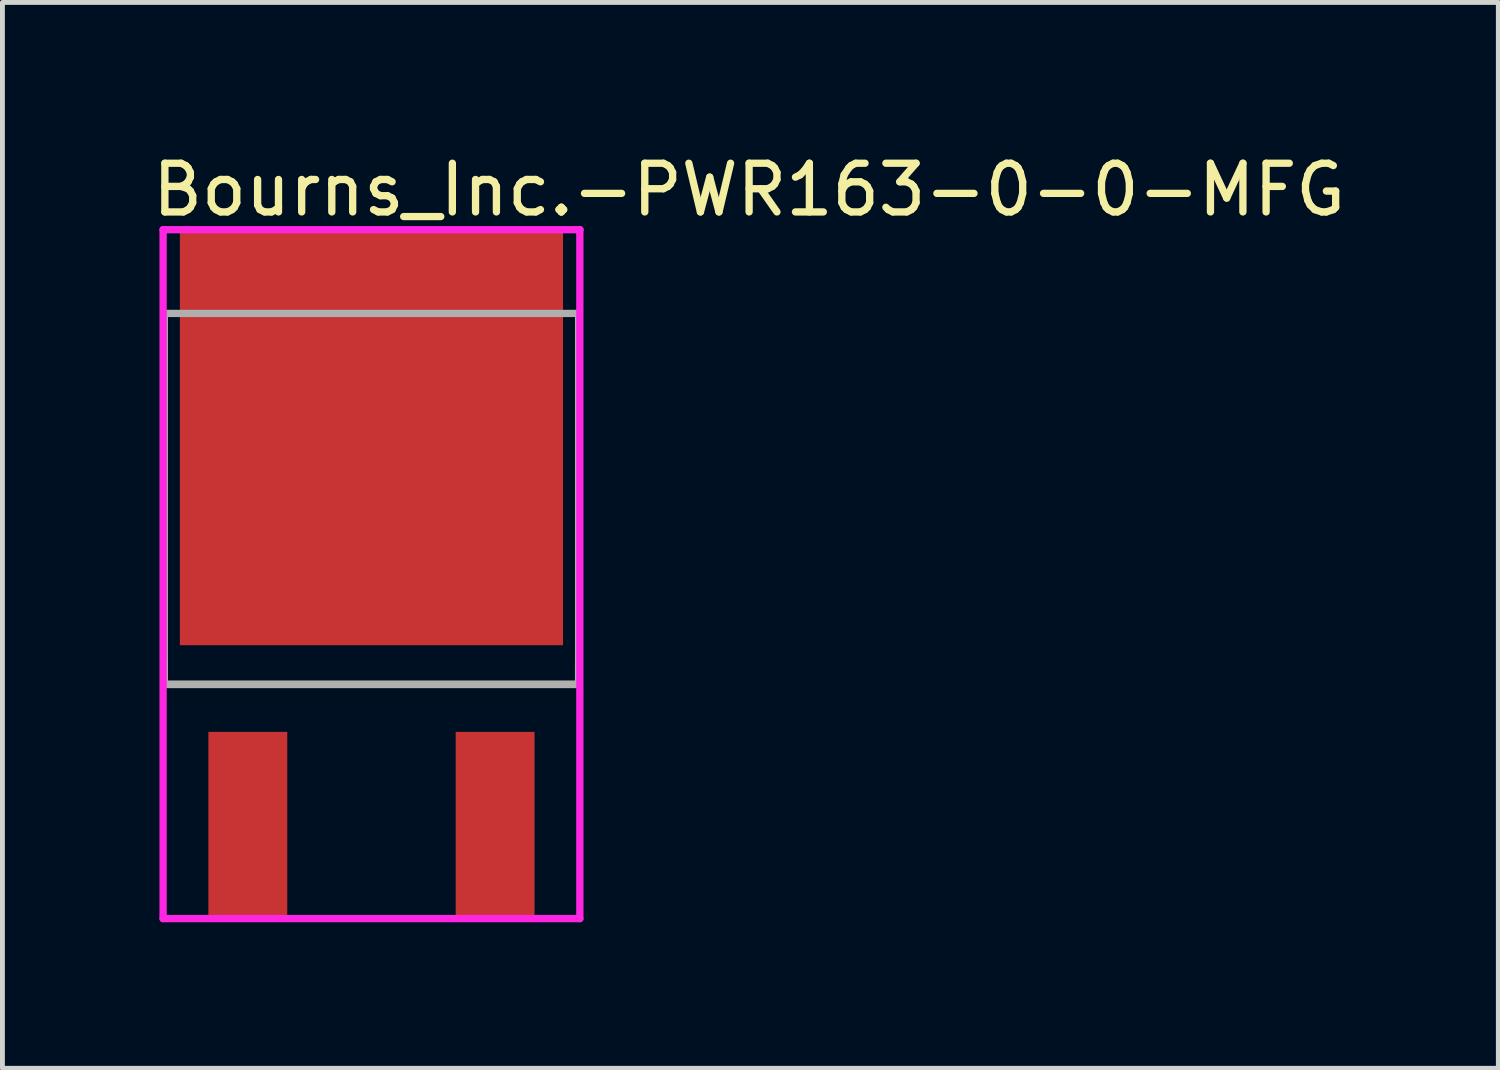
<source format=kicad_pcb>
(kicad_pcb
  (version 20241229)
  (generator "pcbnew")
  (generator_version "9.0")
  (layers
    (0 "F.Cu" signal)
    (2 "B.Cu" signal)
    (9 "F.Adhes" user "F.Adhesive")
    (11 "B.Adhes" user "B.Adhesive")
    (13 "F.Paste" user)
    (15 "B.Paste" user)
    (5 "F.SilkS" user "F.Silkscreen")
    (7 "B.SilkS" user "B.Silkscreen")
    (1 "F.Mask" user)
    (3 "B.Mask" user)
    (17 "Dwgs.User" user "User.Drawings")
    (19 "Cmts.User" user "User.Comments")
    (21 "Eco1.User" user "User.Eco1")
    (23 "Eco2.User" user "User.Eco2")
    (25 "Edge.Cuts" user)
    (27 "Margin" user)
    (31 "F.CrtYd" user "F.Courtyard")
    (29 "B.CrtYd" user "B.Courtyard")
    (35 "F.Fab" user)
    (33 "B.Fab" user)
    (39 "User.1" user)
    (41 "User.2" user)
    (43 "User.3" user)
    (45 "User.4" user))
  (footprint "Bourns_Inc.-PWR163-0-0-MFG"
    (layer "F.Cu")
    (at 4.58 8.743)
    (property "Reference" "Bourns_Inc.-PWR163-0-0-MFG" (at -4.58 -7.895 0) (layer "F.SilkS") (effects (font (size 1 1) (thickness 0.15)) (justify left)))
    (attr through_hole)
    (fp_line (start -4.255 2.265) (end -4.255 1.835) (stroke (width 0.15) (type solid)) (layer "F.SilkS"))
    (fp_line (start -4.255 2.265) (end 4.255 2.265) (stroke (width 0.15) (type solid)) (layer "F.SilkS"))
    (fp_line (start 4.255 2.265) (end 4.255 1.835) (stroke (width 0.15) (type solid)) (layer "F.SilkS"))
    (fp_line (start -4.28 -7.075) (end -4.28 7.075) (stroke (width 0.15) (type solid)) (layer "F.CrtYd"))
    (fp_line (start -4.28 7.075) (end 4.28 7.075) (stroke (width 0.15) (type solid)) (layer "F.CrtYd"))
    (fp_line (start 4.28 -7.075) (end -4.28 -7.075) (stroke (width 0.15) (type solid)) (layer "F.CrtYd"))
    (fp_line (start 4.28 -7.075) (end 4.28 -7.075) (stroke (width 0.15) (type solid)) (layer "F.CrtYd"))
    (fp_line (start 4.28 7.075) (end 4.28 -7.075) (stroke (width 0.15) (type solid)) (layer "F.CrtYd"))
    (fp_line (start -4.255 -5.355) (end 4.255 -5.355) (stroke (width 0.15) (type solid)) (layer "F.Fab"))
    (fp_line (start -4.255 2.265) (end -4.255 -5.355) (stroke (width 0.15) (type solid)) (layer "F.Fab"))
    (fp_line (start 4.255 -5.355) (end 4.255 2.265) (stroke (width 0.15) (type solid)) (layer "F.Fab"))
    (fp_line (start 4.255 2.265) (end -4.255 2.265) (stroke (width 0.15) (type solid)) (layer "F.Fab"))
    (pad "1" smd rect (at -2.54 5.145) (size 1.62 3.81) (layers "F.Cu" "F.Mask" "F.Paste"))
    (pad "2" smd rect (at 2.54 5.145) (size 1.62 3.81) (layers "F.Cu" "F.Mask" "F.Paste"))
    (pad "3" smd rect (at 0 -2.795) (size 7.87 8.51) (layers "F.Cu" "F.Mask" "F.Paste")))
  (gr_rect
    (start -3 -3)
    (end 27.726 18.893)
    (stroke (width 0.1) (type default))
    (fill no)
    (layer "Edge.Cuts")))
</source>
